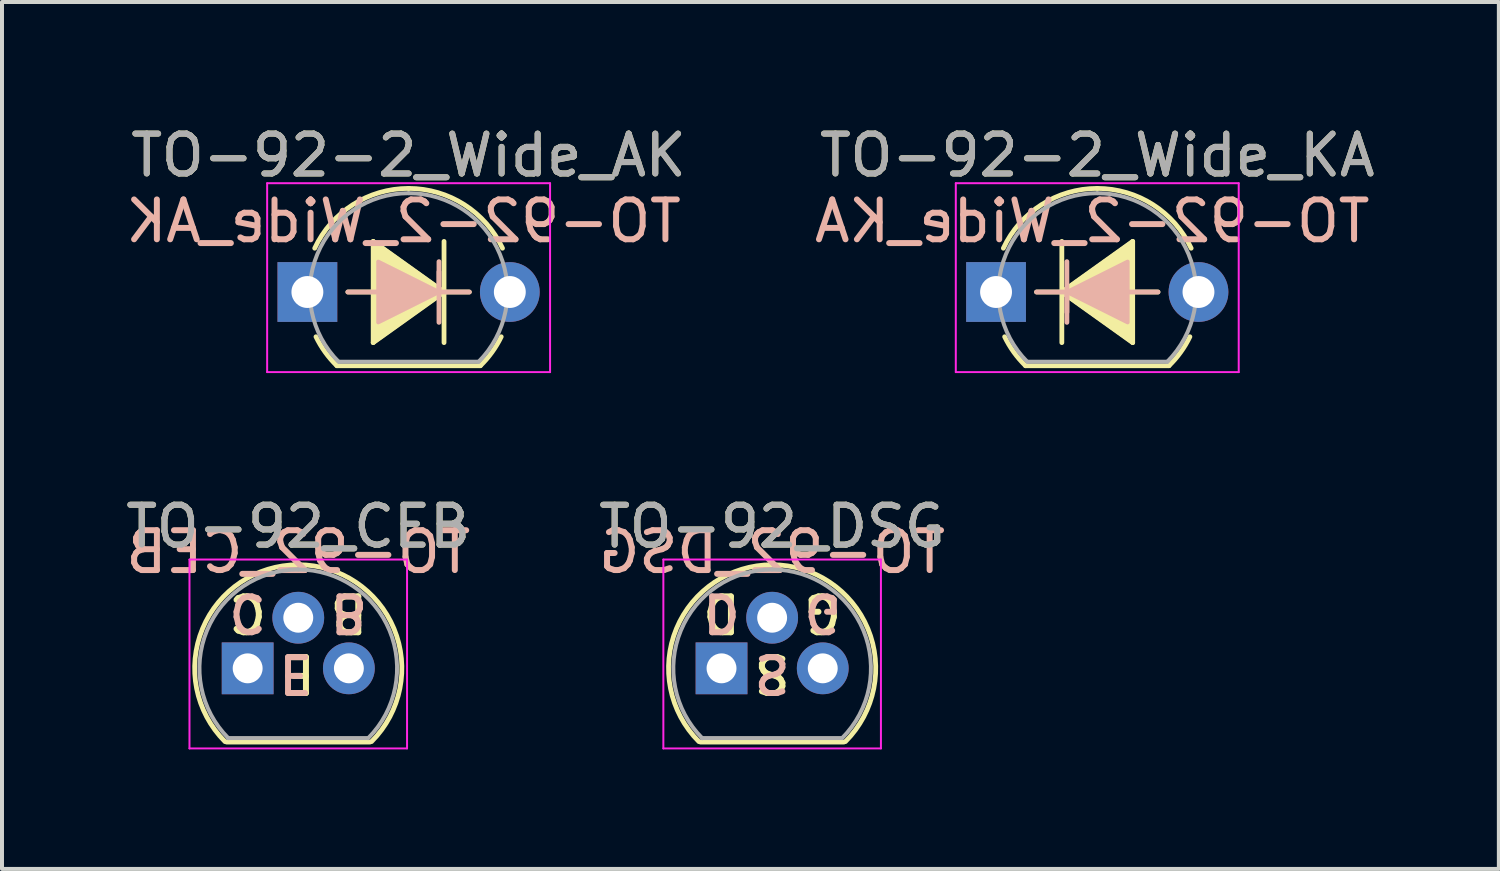
<source format=kicad_pcb>
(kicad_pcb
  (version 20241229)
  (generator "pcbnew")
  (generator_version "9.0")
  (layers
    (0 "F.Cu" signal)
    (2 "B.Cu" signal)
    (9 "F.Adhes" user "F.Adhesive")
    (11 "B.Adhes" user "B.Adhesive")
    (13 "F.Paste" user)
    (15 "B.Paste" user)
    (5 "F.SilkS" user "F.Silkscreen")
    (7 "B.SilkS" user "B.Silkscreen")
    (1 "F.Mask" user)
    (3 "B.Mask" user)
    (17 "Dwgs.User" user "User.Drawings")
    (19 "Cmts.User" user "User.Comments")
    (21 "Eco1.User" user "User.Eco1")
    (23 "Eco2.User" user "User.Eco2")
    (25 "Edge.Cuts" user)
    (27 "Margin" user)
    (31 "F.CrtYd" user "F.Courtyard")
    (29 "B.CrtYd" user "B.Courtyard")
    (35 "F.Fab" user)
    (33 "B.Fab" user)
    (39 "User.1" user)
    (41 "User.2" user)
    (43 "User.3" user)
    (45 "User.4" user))
  (footprint "TO-92_CEB"
    (layer "F.Cu")
    (at 3.165 13.722)
    (property "Reference" "TO-92_CEB" (at 1.27 -3.56 0) (layer "F.SilkS") (effects (font (size 1 1) (thickness 0.15))))
    (fp_line (start -0.53 1.85) (end 3.07 1.85) (stroke (width 0.12) (type solid)) (layer "F.SilkS"))
    (fp_arc (start -0.568478 1.838478) (mid -1.132087 -0.994977) (end 1.27 -2.6) (stroke (width 0.12) (type solid)) (layer "F.SilkS"))
    (fp_arc (start 1.27 -2.6) (mid 3.672087 -0.994977) (end 3.108478 1.838478) (stroke (width 0.12) (type solid)) (layer "F.SilkS"))
    (fp_line (start -1.46 -2.73) (end -1.46 2.01) (stroke (width 0.05) (type solid)) (layer "F.CrtYd"))
    (fp_line (start -1.46 -2.73) (end 4 -2.73) (stroke (width 0.05) (type solid)) (layer "F.CrtYd"))
    (fp_line (start 4 2.01) (end -1.46 2.01) (stroke (width 0.05) (type solid)) (layer "F.CrtYd"))
    (fp_line (start 4 2.01) (end 4 -2.73) (stroke (width 0.05) (type solid)) (layer "F.CrtYd"))
    (fp_line (start -0.5 1.75) (end 3 1.75) (stroke (width 0.1) (type solid)) (layer "F.Fab"))
    (fp_arc (start -0.483625 1.753625) (mid -1.021221 -0.949055) (end 1.27 -2.48) (stroke (width 0.1) (type solid)) (layer "F.Fab"))
    (fp_arc (start 1.27 -2.48) (mid 3.561221 -0.949055) (end 3.023625 1.753625) (stroke (width 0.1) (type solid)) (layer "F.Fab"))
    (fp_text user "E" (at 1.27 0.127 180) (unlocked yes) (layer "F.SilkS") (effects (font (size 0.9 0.9) (thickness 0.15))))
    (fp_text user "C" (at 0 -1.397 180) (unlocked yes) (layer "F.SilkS") (effects (font (size 0.9 0.9) (thickness 0.15))))
    (fp_text user "B" (at 2.54 -1.397 180) (unlocked yes) (layer "F.SilkS") (effects (font (size 0.9 0.9) (thickness 0.15))))
    (fp_text user "E" (at 1.206 0.127 180) (unlocked yes) (layer "B.SilkS") (effects (font (size 0.9 0.9) (thickness 0.15)) (justify mirror)))
    (fp_text user "C" (at 0 -1.397 180) (unlocked yes) (layer "B.SilkS") (effects (font (size 0.9 0.9) (thickness 0.15)) (justify mirror)))
    (fp_text user "B" (at 2.54 -1.397 180) (unlocked yes) (layer "B.SilkS") (effects (font (size 0.9 0.9) (thickness 0.15)) (justify mirror)))
    (fp_text user "${REFERENCE}" (at 1.27 -2.921 0) (layer "B.SilkS") (effects (font (size 1 1) (thickness 0.15)) (justify mirror)))
    (fp_text user "${REFERENCE}" (at 1.27 -3.56 0) (layer "F.Fab") (effects (font (size 1 1) (thickness 0.15))))
    (pad "1" thru_hole rect (at 0 0 90) (size 1.3 1.3) (drill 0.75) (layers "*.Cu" "*.Mask"))
    (pad "2" thru_hole circle (at 1.27 -1.27 90) (size 1.3 1.3) (drill 0.75) (layers "*.Cu" "*.Mask"))
    (pad "3" thru_hole circle (at 2.54 0 90) (size 1.3 1.3) (drill 0.75) (layers "*.Cu" "*.Mask")))
  (footprint "TO-92-2_Wide_KA"
    (layer "F.Cu")
    (at 21.946 4.278)
    (property "Reference" "TO-92-2_Wide_KA" (at 2.54 -3.43 0) (layer "F.SilkS") (effects (font (size 1 1) (thickness 0.15))))
    (fp_line (start 0.74 1.85) (end 4.34 1.85) (stroke (width 0.12) (type solid)) (layer "F.SilkS"))
    (fp_line (start 1.016 0) (end 1.651 0) (stroke (width 0.12) (type solid)) (layer "F.SilkS"))
    (fp_line (start 1.651 0) (end 1.651 -1.27) (stroke (width 0.12) (type solid)) (layer "F.SilkS"))
    (fp_line (start 1.651 0) (end 3.429 -1.27) (stroke (width 0.12) (type solid)) (layer "F.SilkS"))
    (fp_line (start 1.651 1.27) (end 1.651 0) (stroke (width 0.12) (type solid)) (layer "F.SilkS"))
    (fp_line (start 3.429 -1.27) (end 3.429 1.27) (stroke (width 0.12) (type solid)) (layer "F.SilkS"))
    (fp_line (start 3.429 1.27) (end 1.651 0) (stroke (width 0.12) (type solid)) (layer "F.SilkS"))
    (fp_line (start 4.064 0) (end 3.429 0) (stroke (width 0.12) (type solid)) (layer "F.SilkS"))
    (fp_arc (start 0.1836 -1.098807) (mid 1.143021 -2.192817) (end 2.54 -2.6) (stroke (width 0.12) (type solid)) (layer "F.SilkS"))
    (fp_arc (start 0.74 1.85) (mid 0.446097 1.509328) (end 0.215816 1.122795) (stroke (width 0.12) (type solid)) (layer "F.SilkS"))
    (fp_arc (start 2.54 -2.6) (mid 3.936979 -2.192818) (end 4.8964 -1.098807) (stroke (width 0.12) (type solid)) (layer "F.SilkS"))
    (fp_arc (start 4.864184 1.122795) (mid 4.633903 1.509328) (end 4.34 1.85) (stroke (width 0.12) (type solid)) (layer "F.SilkS"))
    (fp_poly (pts (xy 3.429 1.27) (xy 1.651 0) (xy 3.429 -1.27)) (stroke (width 0.1) (type solid)) (fill yes) (layer "F.SilkS"))
    (fp_line (start 1.016 0) (end 1.778 0) (stroke (width 0.12) (type solid)) (layer "B.SilkS"))
    (fp_line (start 1.778 -0.762) (end 1.778 0.508) (stroke (width 0.12) (type solid)) (layer "B.SilkS"))
    (fp_line (start 1.778 0) (end 1.778 0.762) (stroke (width 0.12) (type solid)) (layer "B.SilkS"))
    (fp_line (start 4.064 0) (end 3.302 0) (stroke (width 0.12) (type solid)) (layer "B.SilkS"))
    (fp_poly (pts (xy 3.302 -0.762) (xy 1.778 0) (xy 3.302 0.762)) (stroke (width 0.1) (type solid)) (fill yes) (layer "B.SilkS"))
    (fp_line (start -1.01 -2.73) (end -1.01 2.01) (stroke (width 0.05) (type solid)) (layer "F.CrtYd"))
    (fp_line (start -1.01 -2.73) (end 6.09 -2.73) (stroke (width 0.05) (type solid)) (layer "F.CrtYd"))
    (fp_line (start 6.09 2.01) (end -1.01 2.01) (stroke (width 0.05) (type solid)) (layer "F.CrtYd"))
    (fp_line (start 6.09 2.01) (end 6.09 -2.73) (stroke (width 0.05) (type solid)) (layer "F.CrtYd"))
    (fp_line (start 0.8 1.75) (end 4.3 1.75) (stroke (width 0.1) (type solid)) (layer "F.Fab"))
    (fp_arc (start 0.786375 1.753625) (mid 0.248779 -0.949055) (end 2.54 -2.48) (stroke (width 0.1) (type solid)) (layer "F.Fab"))
    (fp_arc (start 2.54 -2.48) (mid 4.831221 -0.949055) (end 4.293625 1.753625) (stroke (width 0.1) (type solid)) (layer "F.Fab"))
    (fp_text user "${REFERENCE}" (at 2.413 -1.778 0) (layer "B.SilkS") (effects (font (size 1 1) (thickness 0.15)) (justify mirror)))
    (fp_text user "${REFERENCE}" (at 2.54 -3.43 0) (layer "F.Fab") (effects (font (size 1 1) (thickness 0.15))))
    (pad "1" thru_hole rect (at 0 0 90) (size 1.5 1.5) (drill 0.8) (layers "*.Cu" "*.Mask"))
    (pad "2" thru_hole circle (at 5.08 0 90) (size 1.5 1.5) (drill 0.8) (layers "*.Cu" "*.Mask")))
  (footprint "TO-92_DSG"
    (layer "F.Cu")
    (at 15.057 13.722)
    (property "Reference" "TO-92_DSG" (at 1.27 -3.56 0) (layer "F.SilkS") (effects (font (size 1 1) (thickness 0.15))))
    (fp_line (start -0.53 1.85) (end 3.07 1.85) (stroke (width 0.12) (type solid)) (layer "F.SilkS"))
    (fp_arc (start -0.568478 1.838478) (mid -1.132087 -0.994977) (end 1.27 -2.6) (stroke (width 0.12) (type solid)) (layer "F.SilkS"))
    (fp_arc (start 1.27 -2.6) (mid 3.672087 -0.994977) (end 3.108478 1.838478) (stroke (width 0.12) (type solid)) (layer "F.SilkS"))
    (fp_line (start -1.46 -2.73) (end -1.46 2.01) (stroke (width 0.05) (type solid)) (layer "F.CrtYd"))
    (fp_line (start -1.46 -2.73) (end 4 -2.73) (stroke (width 0.05) (type solid)) (layer "F.CrtYd"))
    (fp_line (start 4 2.01) (end -1.46 2.01) (stroke (width 0.05) (type solid)) (layer "F.CrtYd"))
    (fp_line (start 4 2.01) (end 4 -2.73) (stroke (width 0.05) (type solid)) (layer "F.CrtYd"))
    (fp_line (start -0.5 1.75) (end 3 1.75) (stroke (width 0.1) (type solid)) (layer "F.Fab"))
    (fp_arc (start -0.483625 1.753625) (mid -1.021221 -0.949055) (end 1.27 -2.48) (stroke (width 0.1) (type solid)) (layer "F.Fab"))
    (fp_arc (start 1.27 -2.48) (mid 3.561221 -0.949055) (end 3.023625 1.753625) (stroke (width 0.1) (type solid)) (layer "F.Fab"))
    (fp_text user "S" (at 1.27 0.127 180) (unlocked yes) (layer "F.SilkS") (effects (font (size 0.9 0.9) (thickness 0.15))))
    (fp_text user "G" (at 2.54 -1.397 180) (unlocked yes) (layer "F.SilkS") (effects (font (size 0.9 0.9) (thickness 0.15))))
    (fp_text user "D" (at 0 -1.397 180) (unlocked yes) (layer "F.SilkS") (effects (font (size 0.9 0.9) (thickness 0.15))))
    (fp_text user "${REFERENCE}" (at 1.27 -2.921 0) (layer "B.SilkS") (effects (font (size 1 1) (thickness 0.15)) (justify mirror)))
    (fp_text user "S" (at 1.27 0.127 180) (unlocked yes) (layer "B.SilkS") (effects (font (size 0.9 0.9) (thickness 0.15)) (justify mirror)))
    (fp_text user "G" (at 2.54 -1.397 180) (unlocked yes) (layer "B.SilkS") (effects (font (size 0.9 0.9) (thickness 0.15)) (justify mirror)))
    (fp_text user "D" (at 0 -1.397 180) (unlocked yes) (layer "B.SilkS") (effects (font (size 0.9 0.9) (thickness 0.15)) (justify mirror)))
    (fp_text user "${REFERENCE}" (at 1.27 -3.56 0) (layer "F.Fab") (effects (font (size 1 1) (thickness 0.15))))
    (pad "1" thru_hole rect (at 0 0 90) (size 1.3 1.3) (drill 0.75) (layers "*.Cu" "*.Mask"))
    (pad "2" thru_hole circle (at 1.27 -1.27 90) (size 1.3 1.3) (drill 0.75) (layers "*.Cu" "*.Mask"))
    (pad "3" thru_hole circle (at 2.54 0 90) (size 1.3 1.3) (drill 0.75) (layers "*.Cu" "*.Mask")))
  (footprint "TO-92-2_Wide_AK"
    (layer "F.Cu")
    (at 4.664 4.278)
    (property "Reference" "TO-92-2_Wide_AK" (at 2.54 -3.43 0) (layer "F.SilkS") (effects (font (size 1 1) (thickness 0.15))))
    (fp_line (start 0.74 1.85) (end 4.34 1.85) (stroke (width 0.12) (type solid)) (layer "F.SilkS"))
    (fp_line (start 1.016 0) (end 1.651 0) (stroke (width 0.12) (type solid)) (layer "F.SilkS"))
    (fp_line (start 1.651 -1.27) (end 3.429 0) (stroke (width 0.12) (type solid)) (layer "F.SilkS"))
    (fp_line (start 1.651 1.27) (end 1.651 -1.27) (stroke (width 0.12) (type solid)) (layer "F.SilkS"))
    (fp_line (start 3.429 -1.27) (end 3.429 0) (stroke (width 0.12) (type solid)) (layer "F.SilkS"))
    (fp_line (start 3.429 0) (end 1.651 1.27) (stroke (width 0.12) (type solid)) (layer "F.SilkS"))
    (fp_line (start 3.429 0) (end 3.429 1.27) (stroke (width 0.12) (type solid)) (layer "F.SilkS"))
    (fp_line (start 4.064 0) (end 3.429 0) (stroke (width 0.12) (type solid)) (layer "F.SilkS"))
    (fp_arc (start 0.1836 -1.098807) (mid 1.143021 -2.192817) (end 2.54 -2.6) (stroke (width 0.12) (type solid)) (layer "F.SilkS"))
    (fp_arc (start 0.74 1.85) (mid 0.446097 1.509328) (end 0.215816 1.122795) (stroke (width 0.12) (type solid)) (layer "F.SilkS"))
    (fp_arc (start 2.54 -2.6) (mid 3.936979 -2.192818) (end 4.8964 -1.098807) (stroke (width 0.12) (type solid)) (layer "F.SilkS"))
    (fp_arc (start 4.864184 1.122795) (mid 4.633903 1.509328) (end 4.34 1.85) (stroke (width 0.12) (type solid)) (layer "F.SilkS"))
    (fp_poly (pts (xy 1.651 -1.27) (xy 3.429 0) (xy 1.651 1.27)) (stroke (width 0.1) (type solid)) (fill yes) (layer "F.SilkS"))
    (fp_line (start 1.016 0) (end 1.778 0) (stroke (width 0.12) (type solid)) (layer "B.SilkS"))
    (fp_line (start 3.302 0) (end 3.302 -0.762) (stroke (width 0.12) (type solid)) (layer "B.SilkS"))
    (fp_line (start 3.302 0.762) (end 3.302 -0.508) (stroke (width 0.12) (type solid)) (layer "B.SilkS"))
    (fp_line (start 4.064 0) (end 3.302 0) (stroke (width 0.12) (type solid)) (layer "B.SilkS"))
    (fp_poly (pts (xy 1.778 0.762) (xy 3.302 0) (xy 1.778 -0.762)) (stroke (width 0.1) (type solid)) (fill yes) (layer "B.SilkS"))
    (fp_line (start -1.01 -2.73) (end -1.01 2.01) (stroke (width 0.05) (type solid)) (layer "F.CrtYd"))
    (fp_line (start -1.01 -2.73) (end 6.09 -2.73) (stroke (width 0.05) (type solid)) (layer "F.CrtYd"))
    (fp_line (start 6.09 2.01) (end -1.01 2.01) (stroke (width 0.05) (type solid)) (layer "F.CrtYd"))
    (fp_line (start 6.09 2.01) (end 6.09 -2.73) (stroke (width 0.05) (type solid)) (layer "F.CrtYd"))
    (fp_line (start 0.8 1.75) (end 4.3 1.75) (stroke (width 0.1) (type solid)) (layer "F.Fab"))
    (fp_arc (start 0.786375 1.753625) (mid 0.248779 -0.949055) (end 2.54 -2.48) (stroke (width 0.1) (type solid)) (layer "F.Fab"))
    (fp_arc (start 2.54 -2.48) (mid 4.831221 -0.949055) (end 4.293625 1.753625) (stroke (width 0.1) (type solid)) (layer "F.Fab"))
    (fp_text user "${REFERENCE}" (at 2.413 -1.778 0) (layer "B.SilkS") (effects (font (size 1 1) (thickness 0.15)) (justify mirror)))
    (fp_text user "${REFERENCE}" (at 2.54 -3.43 0) (layer "F.Fab") (effects (font (size 1 1) (thickness 0.15))))
    (pad "1" thru_hole rect (at 0 0 90) (size 1.5 1.5) (drill 0.8) (layers "*.Cu" "*.Mask"))
    (pad "2" thru_hole circle (at 5.08 0 90) (size 1.5 1.5) (drill 0.8) (layers "*.Cu" "*.Mask")))
  (gr_rect
    (start -3 -3)
    (end 34.564 18.756)
    (stroke (width 0.1) (type default))
    (fill no)
    (layer "Edge.Cuts")))
</source>
